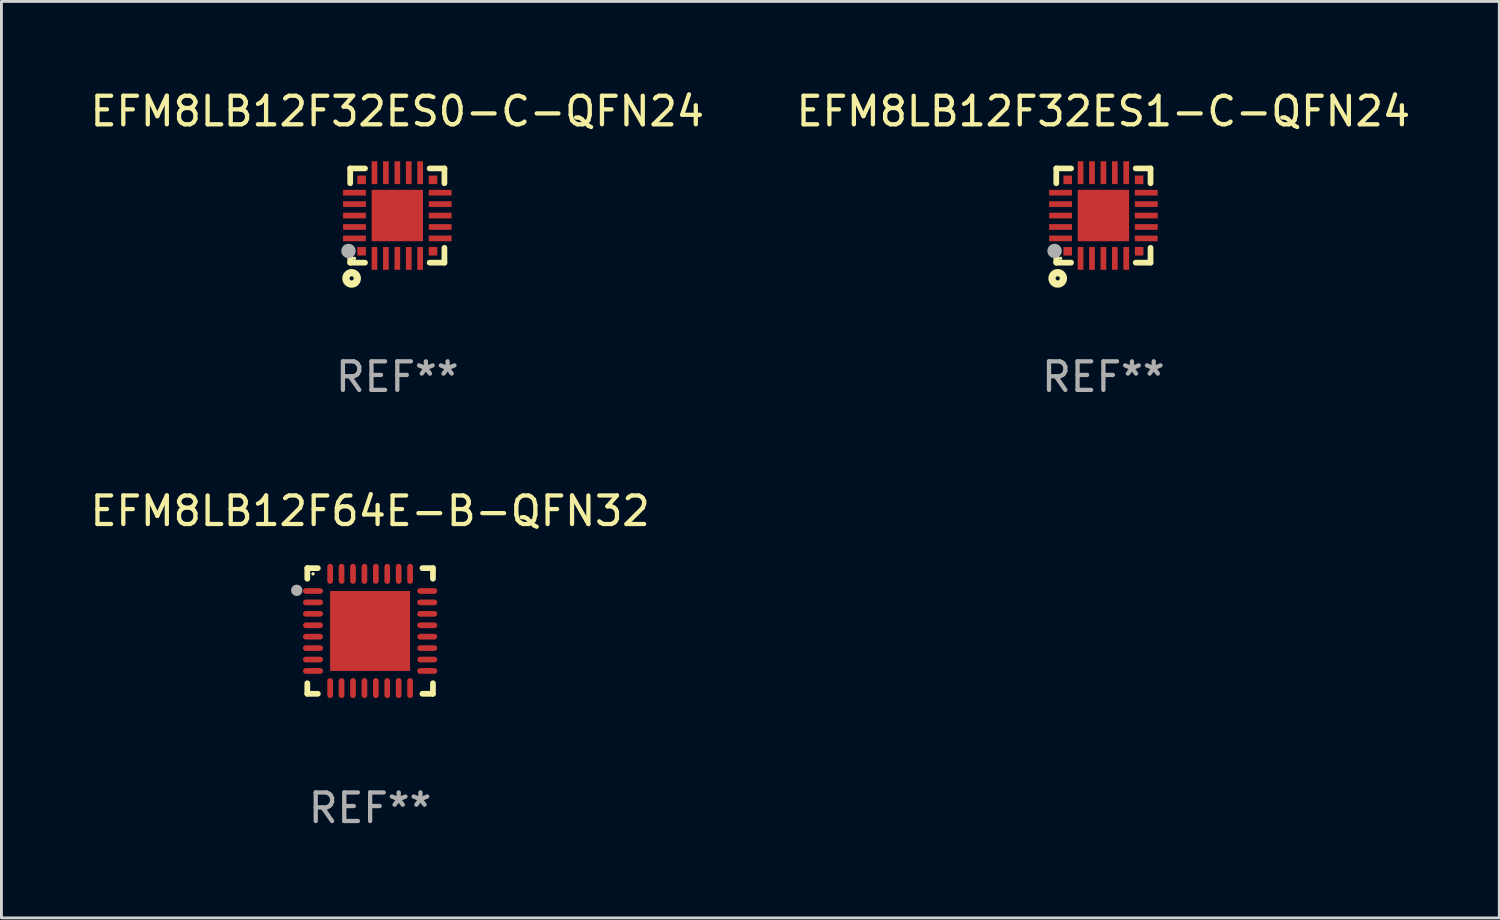
<source format=kicad_pcb>
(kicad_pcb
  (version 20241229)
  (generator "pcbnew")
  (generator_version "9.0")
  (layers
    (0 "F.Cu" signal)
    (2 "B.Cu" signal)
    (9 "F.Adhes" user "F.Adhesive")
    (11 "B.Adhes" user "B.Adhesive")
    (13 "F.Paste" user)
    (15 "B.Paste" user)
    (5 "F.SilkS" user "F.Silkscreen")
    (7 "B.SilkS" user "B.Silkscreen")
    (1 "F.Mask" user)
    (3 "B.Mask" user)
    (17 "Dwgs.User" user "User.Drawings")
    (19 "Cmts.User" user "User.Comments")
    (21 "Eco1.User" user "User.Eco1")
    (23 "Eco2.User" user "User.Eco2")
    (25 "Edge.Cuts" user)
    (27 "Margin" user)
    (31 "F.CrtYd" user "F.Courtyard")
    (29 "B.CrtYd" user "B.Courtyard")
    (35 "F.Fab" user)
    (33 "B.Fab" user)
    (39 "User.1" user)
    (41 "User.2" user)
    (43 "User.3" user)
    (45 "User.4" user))
  (footprint "EFM8LB12F32ES0-C-QFN24"
    (layer "F.Cu")
    (at 10.863 4.498)
    (property "Reference" "EFM8LB12F32ES0-C-QFN24" (at 0 -3.65 0) (layer "F.SilkS") (effects (font (size 1 1) (thickness 0.15))))
    (attr through_hole)
    (fp_line (start -1.65 -1.65) (end -1.65 -1.131) (stroke (width 0.2) (type solid)) (layer "F.SilkS"))
    (fp_line (start -1.65 -1.65) (end -1.131 -1.65) (stroke (width 0.2) (type solid)) (layer "F.SilkS"))
    (fp_line (start -1.65 1.131) (end -1.65 1.65) (stroke (width 0.2) (type solid)) (layer "F.SilkS"))
    (fp_line (start -1.65 1.65) (end -1.131 1.65) (stroke (width 0.2) (type solid)) (layer "F.SilkS"))
    (fp_line (start 1.131 -1.65) (end 1.65 -1.65) (stroke (width 0.2) (type solid)) (layer "F.SilkS"))
    (fp_line (start 1.131 1.65) (end 1.65 1.65) (stroke (width 0.2) (type solid)) (layer "F.SilkS"))
    (fp_line (start 1.65 -1.65) (end 1.65 -1.131) (stroke (width 0.2) (type solid)) (layer "F.SilkS"))
    (fp_line (start 1.65 1.131) (end 1.65 1.65) (stroke (width 0.2) (type solid)) (layer "F.SilkS"))
    (fp_circle (center -1.6 2.2) (end -1.4 2.2) (stroke (width 0.254) (type solid)) (fill no) (layer "F.SilkS"))
    (fp_circle (center -1.5 1.5) (end -1.47 1.5) (stroke (width 0.06) (type solid)) (fill no) (layer "F.SilkS"))
    (fp_circle (center -1.71 1.24) (end -1.583 1.24) (stroke (width 0.254) (type solid)) (fill no) (layer "F.Fab"))
    (fp_text user "REF**" (at 0 5.65 0) (layer "F.Fab") (effects (font (size 1 1) (thickness 0.15))))
    (pad "1" smd rect (at -1.25 1.25 90) (size 0.3 0.3) (layers "F.Cu" "F.Mask" "F.Paste"))
    (pad "2" smd rect (at -0.8 1.5) (size 0.2 0.8) (layers "F.Cu" "F.Mask" "F.Paste"))
    (pad "3" smd rect (at -0.4 1.5) (size 0.2 0.8) (layers "F.Cu" "F.Mask" "F.Paste"))
    (pad "4" smd rect (at 0.000051 1.5) (size 0.2 0.8) (layers "F.Cu" "F.Mask" "F.Paste"))
    (pad "5" smd rect (at 0.4 1.5) (size 0.2 0.8) (layers "F.Cu" "F.Mask" "F.Paste"))
    (pad "6" smd rect (at 0.8 1.5) (size 0.2 0.8) (layers "F.Cu" "F.Mask" "F.Paste"))
    (pad "7" smd rect (at 1.25 1.25 90) (size 0.3 0.3) (layers "F.Cu" "F.Mask" "F.Paste"))
    (pad "8" smd rect (at 1.5 0.8) (size 0.8 0.2) (layers "F.Cu" "F.Mask" "F.Paste"))
    (pad "9" smd rect (at 1.5 0.4) (size 0.8 0.2) (layers "F.Cu" "F.Mask" "F.Paste"))
    (pad "10" smd rect (at 1.5 0.000051) (size 0.8 0.2) (layers "F.Cu" "F.Mask" "F.Paste"))
    (pad "11" smd rect (at 1.5 -0.4) (size 0.8 0.2) (layers "F.Cu" "F.Mask" "F.Paste"))
    (pad "12" smd rect (at 1.5 -0.8) (size 0.8 0.2) (layers "F.Cu" "F.Mask" "F.Paste"))
    (pad "13" smd rect (at 1.25 -1.25 270) (size 0.3 0.3) (layers "F.Cu" "F.Mask" "F.Paste"))
    (pad "14" smd rect (at 0.8 -1.5) (size 0.2 0.8) (layers "F.Cu" "F.Mask" "F.Paste"))
    (pad "15" smd rect (at 0.4 -1.5) (size 0.2 0.8) (layers "F.Cu" "F.Mask" "F.Paste"))
    (pad "16" smd rect (at 0.000051 -1.5) (size 0.2 0.8) (layers "F.Cu" "F.Mask" "F.Paste"))
    (pad "17" smd rect (at -0.4 -1.5) (size 0.2 0.8) (layers "F.Cu" "F.Mask" "F.Paste"))
    (pad "18" smd rect (at -0.8 -1.5) (size 0.2 0.8) (layers "F.Cu" "F.Mask" "F.Paste"))
    (pad "19" smd rect (at -1.25 -1.25 90) (size 0.3 0.3) (layers "F.Cu" "F.Mask" "F.Paste"))
    (pad "20" smd rect (at -1.5 -0.8) (size 0.8 0.2) (layers "F.Cu" "F.Mask" "F.Paste"))
    (pad "21" smd rect (at -1.5 -0.4) (size 0.8 0.2) (layers "F.Cu" "F.Mask" "F.Paste"))
    (pad "22" smd rect (at -1.5 0.000051) (size 0.8 0.2) (layers "F.Cu" "F.Mask" "F.Paste"))
    (pad "23" smd rect (at -1.5 0.4) (size 0.8 0.2) (layers "F.Cu" "F.Mask" "F.Paste"))
    (pad "24" smd rect (at -1.5 0.8 180) (size 0.8 0.2) (layers "F.Cu" "F.Mask" "F.Paste"))
    (pad "25" smd rect (at 0.000051 0.000051) (size 1.8 1.8) (layers "F.Cu" "F.Mask" "F.Paste")))
  (footprint "EFM8LB12F64E-B-QFN32"
    (layer "F.Cu")
    (at 9.911 19.045)
    (property "Reference" "EFM8LB12F64E-B-QFN32" (at 0 -4.2 0) (layer "F.SilkS") (effects (font (size 1 1) (thickness 0.15))))
    (attr through_hole)
    (fp_line (start -2.2 -2.2) (end -1.83 -2.2) (stroke (width 0.2) (type solid)) (layer "F.SilkS"))
    (fp_line (start -2.2 -1.83) (end -2.2 -2.2) (stroke (width 0.2) (type solid)) (layer "F.SilkS"))
    (fp_line (start -2.2 2.2) (end -2.2 1.83) (stroke (width 0.2) (type solid)) (layer "F.SilkS"))
    (fp_line (start -1.83 2.2) (end -2.2 2.2) (stroke (width 0.2) (type solid)) (layer "F.SilkS"))
    (fp_line (start 1.83 2.2) (end 2.2 2.2) (stroke (width 0.2) (type solid)) (layer "F.SilkS"))
    (fp_line (start 2.2 -2.2) (end 1.83 -2.2) (stroke (width 0.2) (type solid)) (layer "F.SilkS"))
    (fp_line (start 2.2 -1.83) (end 2.2 -2.2) (stroke (width 0.2) (type solid)) (layer "F.SilkS"))
    (fp_line (start 2.2 2.2) (end 2.2 1.83) (stroke (width 0.2) (type solid)) (layer "F.SilkS"))
    (fp_circle (center -2 -2) (end -1.97 -2) (stroke (width 0.06) (type solid)) (fill no) (layer "F.SilkS"))
    (fp_circle (center -2.569 -1.423) (end -2.469 -1.423) (stroke (width 0.2) (type solid)) (fill no) (layer "F.Fab"))
    (fp_text user "REF**" (at 0 6.2 0) (layer "F.Fab") (effects (font (size 1 1) (thickness 0.15))))
    (pad "1" smd oval (at -2 -1.4 270) (size 0.2 0.7) (layers "F.Cu" "F.Mask" "F.Paste"))
    (pad "2" smd oval (at -2 -1 270) (size 0.2 0.7) (layers "F.Cu" "F.Mask" "F.Paste"))
    (pad "3" smd oval (at -2 -0.6 270) (size 0.2 0.7) (layers "F.Cu" "F.Mask" "F.Paste"))
    (pad "4" smd oval (at -2 -0.2 270) (size 0.2 0.7) (layers "F.Cu" "F.Mask" "F.Paste"))
    (pad "5" smd oval (at -2 0.2 270) (size 0.2 0.7) (layers "F.Cu" "F.Mask" "F.Paste"))
    (pad "6" smd oval (at -2 0.6 270) (size 0.2 0.7) (layers "F.Cu" "F.Mask" "F.Paste"))
    (pad "7" smd oval (at -2 1 270) (size 0.2 0.7) (layers "F.Cu" "F.Mask" "F.Paste"))
    (pad "8" smd oval (at -2 1.4 270) (size 0.2 0.7) (layers "F.Cu" "F.Mask" "F.Paste"))
    (pad "9" smd oval (at -1.4 2 180) (size 0.2 0.7) (layers "F.Cu" "F.Mask" "F.Paste"))
    (pad "10" smd oval (at -1 2 180) (size 0.2 0.7) (layers "F.Cu" "F.Mask" "F.Paste"))
    (pad "11" smd oval (at -0.6 2 180) (size 0.2 0.7) (layers "F.Cu" "F.Mask" "F.Paste"))
    (pad "12" smd oval (at -0.2 2 180) (size 0.2 0.7) (layers "F.Cu" "F.Mask" "F.Paste"))
    (pad "13" smd oval (at 0.2 2 180) (size 0.2 0.7) (layers "F.Cu" "F.Mask" "F.Paste"))
    (pad "14" smd oval (at 0.6 2 180) (size 0.2 0.7) (layers "F.Cu" "F.Mask" "F.Paste"))
    (pad "15" smd oval (at 1 2 180) (size 0.2 0.7) (layers "F.Cu" "F.Mask" "F.Paste"))
    (pad "16" smd oval (at 1.4 2 180) (size 0.2 0.7) (layers "F.Cu" "F.Mask" "F.Paste"))
    (pad "17" smd oval (at 2 1.4 270) (size 0.2 0.7) (layers "F.Cu" "F.Mask" "F.Paste"))
    (pad "18" smd oval (at 2 1 270) (size 0.2 0.7) (layers "F.Cu" "F.Mask" "F.Paste"))
    (pad "19" smd oval (at 2 0.6 270) (size 0.2 0.7) (layers "F.Cu" "F.Mask" "F.Paste"))
    (pad "20" smd oval (at 2 0.2 270) (size 0.2 0.7) (layers "F.Cu" "F.Mask" "F.Paste"))
    (pad "21" smd oval (at 2 -0.2 270) (size 0.2 0.7) (layers "F.Cu" "F.Mask" "F.Paste"))
    (pad "22" smd oval (at 2 -0.6 270) (size 0.2 0.7) (layers "F.Cu" "F.Mask" "F.Paste"))
    (pad "23" smd oval (at 2 -1 270) (size 0.2 0.7) (layers "F.Cu" "F.Mask" "F.Paste"))
    (pad "24" smd oval (at 2 -1.4 270) (size 0.2 0.7) (layers "F.Cu" "F.Mask" "F.Paste"))
    (pad "25" smd oval (at 1.4 -2) (size 0.2 0.7) (layers "F.Cu" "F.Mask" "F.Paste"))
    (pad "26" smd oval (at 1 -2) (size 0.2 0.7) (layers "F.Cu" "F.Mask" "F.Paste"))
    (pad "27" smd oval (at 0.6 -2) (size 0.2 0.7) (layers "F.Cu" "F.Mask" "F.Paste"))
    (pad "28" smd oval (at 0.2 -2) (size 0.2 0.7) (layers "F.Cu" "F.Mask" "F.Paste"))
    (pad "29" smd oval (at -0.2 -2) (size 0.2 0.7) (layers "F.Cu" "F.Mask" "F.Paste"))
    (pad "30" smd oval (at -0.6 -2) (size 0.2 0.7) (layers "F.Cu" "F.Mask" "F.Paste"))
    (pad "31" smd oval (at -1 -2) (size 0.2 0.7) (layers "F.Cu" "F.Mask" "F.Paste"))
    (pad "32" smd oval (at -1.4 -2) (size 0.2 0.7) (layers "F.Cu" "F.Mask" "F.Paste"))
    (pad "33" smd rect (at -0.000051 0 180) (size 2.8 2.8) (layers "F.Cu" "F.Mask" "F.Paste")))
  (footprint "EFM8LB12F32ES1-C-QFN24"
    (layer "F.Cu")
    (at 35.589 4.498)
    (property "Reference" "EFM8LB12F32ES1-C-QFN24" (at 0 -3.65 0) (layer "F.SilkS") (effects (font (size 1 1) (thickness 0.15))))
    (attr through_hole)
    (fp_line (start -1.65 -1.65) (end -1.65 -1.131) (stroke (width 0.2) (type solid)) (layer "F.SilkS"))
    (fp_line (start -1.65 -1.65) (end -1.131 -1.65) (stroke (width 0.2) (type solid)) (layer "F.SilkS"))
    (fp_line (start -1.65 1.131) (end -1.65 1.65) (stroke (width 0.2) (type solid)) (layer "F.SilkS"))
    (fp_line (start -1.65 1.65) (end -1.131 1.65) (stroke (width 0.2) (type solid)) (layer "F.SilkS"))
    (fp_line (start 1.131 -1.65) (end 1.65 -1.65) (stroke (width 0.2) (type solid)) (layer "F.SilkS"))
    (fp_line (start 1.131 1.65) (end 1.65 1.65) (stroke (width 0.2) (type solid)) (layer "F.SilkS"))
    (fp_line (start 1.65 -1.65) (end 1.65 -1.131) (stroke (width 0.2) (type solid)) (layer "F.SilkS"))
    (fp_line (start 1.65 1.131) (end 1.65 1.65) (stroke (width 0.2) (type solid)) (layer "F.SilkS"))
    (fp_circle (center -1.6 2.2) (end -1.4 2.2) (stroke (width 0.254) (type solid)) (fill no) (layer "F.SilkS"))
    (fp_circle (center -1.5 1.5) (end -1.47 1.5) (stroke (width 0.06) (type solid)) (fill no) (layer "F.SilkS"))
    (fp_circle (center -1.71 1.24) (end -1.583 1.24) (stroke (width 0.254) (type solid)) (fill no) (layer "F.Fab"))
    (fp_text user "REF**" (at 0 5.65 0) (layer "F.Fab") (effects (font (size 1 1) (thickness 0.15))))
    (pad "1" smd rect (at -1.25 1.25 90) (size 0.3 0.3) (layers "F.Cu" "F.Mask" "F.Paste"))
    (pad "2" smd rect (at -0.8 1.5) (size 0.2 0.8) (layers "F.Cu" "F.Mask" "F.Paste"))
    (pad "3" smd rect (at -0.4 1.5) (size 0.2 0.8) (layers "F.Cu" "F.Mask" "F.Paste"))
    (pad "4" smd rect (at 0.000051 1.5) (size 0.2 0.8) (layers "F.Cu" "F.Mask" "F.Paste"))
    (pad "5" smd rect (at 0.4 1.5) (size 0.2 0.8) (layers "F.Cu" "F.Mask" "F.Paste"))
    (pad "6" smd rect (at 0.8 1.5) (size 0.2 0.8) (layers "F.Cu" "F.Mask" "F.Paste"))
    (pad "7" smd rect (at 1.25 1.25 90) (size 0.3 0.3) (layers "F.Cu" "F.Mask" "F.Paste"))
    (pad "8" smd rect (at 1.5 0.8) (size 0.8 0.2) (layers "F.Cu" "F.Mask" "F.Paste"))
    (pad "9" smd rect (at 1.5 0.4) (size 0.8 0.2) (layers "F.Cu" "F.Mask" "F.Paste"))
    (pad "10" smd rect (at 1.5 0.000051) (size 0.8 0.2) (layers "F.Cu" "F.Mask" "F.Paste"))
    (pad "11" smd rect (at 1.5 -0.4) (size 0.8 0.2) (layers "F.Cu" "F.Mask" "F.Paste"))
    (pad "12" smd rect (at 1.5 -0.8) (size 0.8 0.2) (layers "F.Cu" "F.Mask" "F.Paste"))
    (pad "13" smd rect (at 1.25 -1.25 270) (size 0.3 0.3) (layers "F.Cu" "F.Mask" "F.Paste"))
    (pad "14" smd rect (at 0.8 -1.5) (size 0.2 0.8) (layers "F.Cu" "F.Mask" "F.Paste"))
    (pad "15" smd rect (at 0.4 -1.5) (size 0.2 0.8) (layers "F.Cu" "F.Mask" "F.Paste"))
    (pad "16" smd rect (at 0.000051 -1.5) (size 0.2 0.8) (layers "F.Cu" "F.Mask" "F.Paste"))
    (pad "17" smd rect (at -0.4 -1.5) (size 0.2 0.8) (layers "F.Cu" "F.Mask" "F.Paste"))
    (pad "18" smd rect (at -0.8 -1.5) (size 0.2 0.8) (layers "F.Cu" "F.Mask" "F.Paste"))
    (pad "19" smd rect (at -1.25 -1.25 90) (size 0.3 0.3) (layers "F.Cu" "F.Mask" "F.Paste"))
    (pad "20" smd rect (at -1.5 -0.8) (size 0.8 0.2) (layers "F.Cu" "F.Mask" "F.Paste"))
    (pad "21" smd rect (at -1.5 -0.4) (size 0.8 0.2) (layers "F.Cu" "F.Mask" "F.Paste"))
    (pad "22" smd rect (at -1.5 0.000051) (size 0.8 0.2) (layers "F.Cu" "F.Mask" "F.Paste"))
    (pad "23" smd rect (at -1.5 0.4) (size 0.8 0.2) (layers "F.Cu" "F.Mask" "F.Paste"))
    (pad "24" smd rect (at -1.5 0.8 180) (size 0.8 0.2) (layers "F.Cu" "F.Mask" "F.Paste"))
    (pad "25" smd rect (at 0.000051 0.000051) (size 1.8 1.8) (layers "F.Cu" "F.Mask" "F.Paste")))
  (gr_rect
    (start -3 -3)
    (end 49.452 29.093)
    (stroke (width 0.1) (type default))
    (fill no)
    (layer "Edge.Cuts")))
</source>
